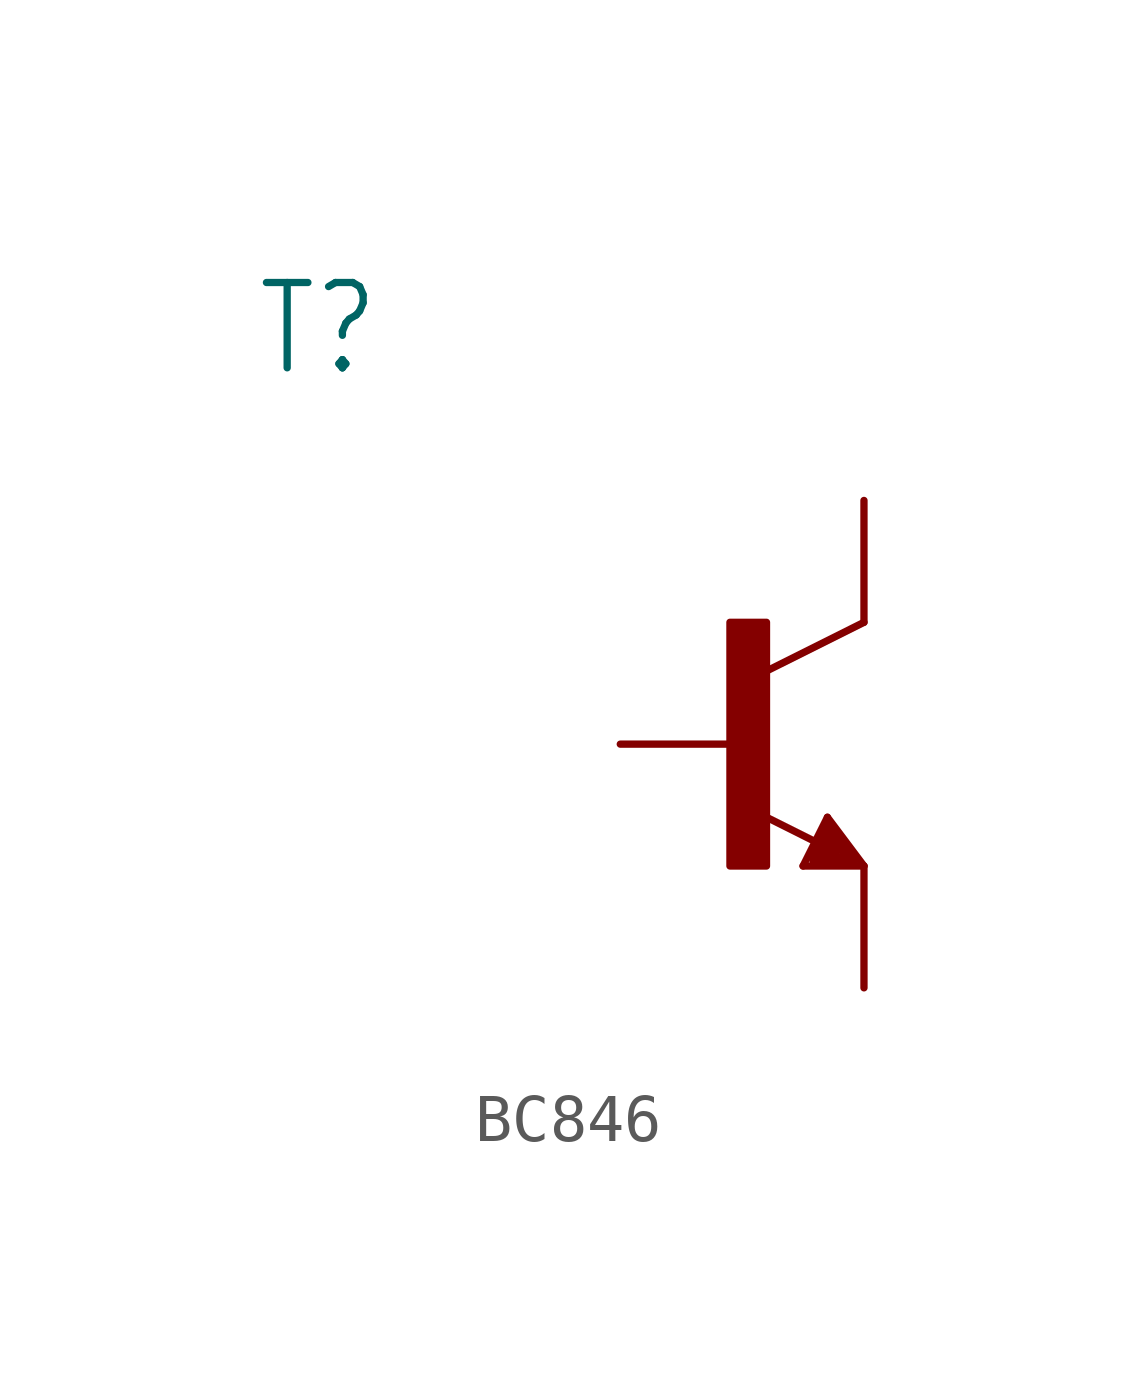
<source format=kicad_sym>
(kicad_symbol_lib
  (version 20241209)
  (generator "kicad_symbol_editor")
  (generator_version "9.0")
  (symbol "BC846"
    (property "Reference" "T"
      (at -10.16 7.62 0)
      (effects (font (size 1.778 1.511)) (justify left bottom)))
    (property "Value" ""
      (at -10.16 5.08 0)
      (effects (font (size 1.778 1.511)) (justify left bottom)))
    (property "ki_locked" ""
      (at 0 0 0)
      (effects (font (size 1.27 1.27))))
    (symbol "BC846_1_0"
      (rectangle (start -0.254 -2.54) (end 0.508 2.54) (stroke (width 0) (type default)) (fill (type outline)))
      (polyline (pts (xy 1.27 -2.54) (xy 1.778 -1.524)) (stroke (width 0.152) (type solid)) (fill (type none)))
      (polyline (pts (xy 1.524 -2.286) (xy 1.905 -2.286)) (stroke (width 0.254) (type solid)) (fill (type none)))
      (polyline (pts (xy 1.524 -2.413) (xy 2.286 -2.413)) (stroke (width 0.254) (type solid)) (fill (type none)))
      (polyline (pts (xy 1.54 -2.04) (xy 0.308 -1.424)) (stroke (width 0.152) (type solid)) (fill (type none)))
      (polyline (pts (xy 1.778 -1.524) (xy 2.54 -2.54)) (stroke (width 0.152) (type solid)) (fill (type none)))
      (polyline (pts (xy 1.778 -1.778) (xy 1.524 -2.286)) (stroke (width 0.254) (type solid)) (fill (type none)))
      (polyline (pts (xy 1.905 -2.286) (xy 1.778 -2.032)) (stroke (width 0.254) (type solid)) (fill (type none)))
      (polyline (pts (xy 2.286 -2.413) (xy 1.778 -1.778)) (stroke (width 0.254) (type solid)) (fill (type none)))
      (polyline (pts (xy 2.54 2.54) (xy 0.508 1.524)) (stroke (width 0.152) (type solid)) (fill (type none)))
      (polyline (pts (xy 2.54 -2.54) (xy 1.27 -2.54)) (stroke (width 0.152) (type solid)) (fill (type none)))
      (pin passive line (at -2.54 0 0) (length 2.54) (name "B" (effects (font (size 0 0)))) (number "1" (effects (font (size 0 0)))))
      (pin passive line (at 2.54 5.08 270) (length 2.54) (name "C" (effects (font (size 0 0)))) (number "3" (effects (font (size 0 0)))))
      (pin passive line (at 2.54 -5.08 90) (length 2.54) (name "E" (effects (font (size 0 0)))) (number "2" (effects (font (size 0 0))))))))
</source>
